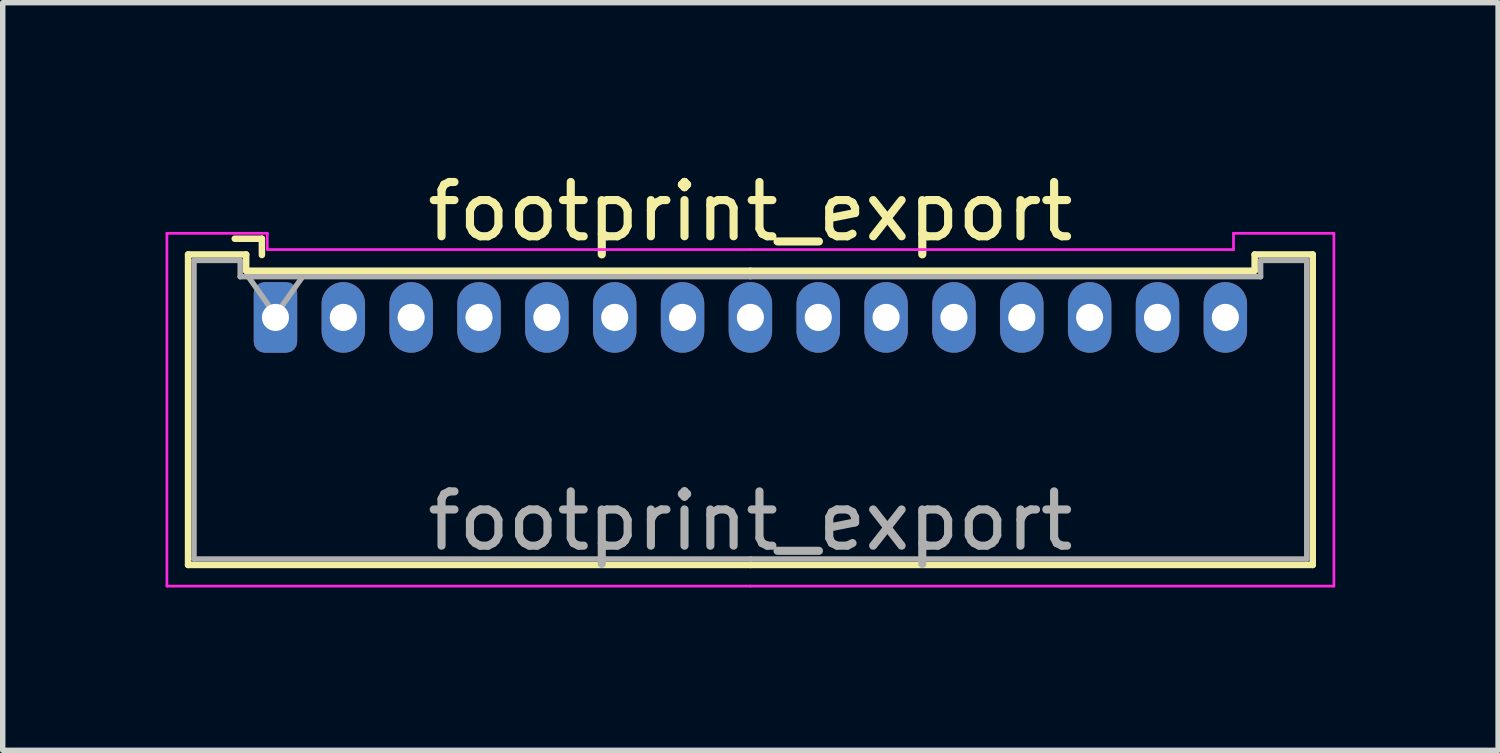
<source format=kicad_pcb>
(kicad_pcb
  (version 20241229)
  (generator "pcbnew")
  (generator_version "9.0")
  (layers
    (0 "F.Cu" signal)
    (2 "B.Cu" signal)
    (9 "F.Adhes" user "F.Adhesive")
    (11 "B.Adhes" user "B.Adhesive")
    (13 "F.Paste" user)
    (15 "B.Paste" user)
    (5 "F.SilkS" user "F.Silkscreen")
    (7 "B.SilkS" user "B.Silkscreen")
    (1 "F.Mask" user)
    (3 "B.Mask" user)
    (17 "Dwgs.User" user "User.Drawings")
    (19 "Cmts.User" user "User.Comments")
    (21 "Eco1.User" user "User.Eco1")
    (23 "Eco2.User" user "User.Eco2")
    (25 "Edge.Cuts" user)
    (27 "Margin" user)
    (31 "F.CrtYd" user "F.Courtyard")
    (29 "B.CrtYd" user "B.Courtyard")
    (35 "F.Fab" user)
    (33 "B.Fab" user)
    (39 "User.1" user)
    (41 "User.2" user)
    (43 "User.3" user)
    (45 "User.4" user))
  (footprint "footprint_export"
    (layer "F.Cu")
    (at 2.025 2.798)
    (property "Reference" "footprint_export" (at 8.75 -1.95 0) (layer "F.SilkS") (effects (font (size 1 1) (thickness 0.15))))
    (attr through_hole)
    (fp_line (start -1.61 -1.16) (end -1.61 4.56) (stroke (width 0.12) (type solid)) (layer "F.SilkS"))
    (fp_line (start -1.61 4.56) (end 8.75 4.56) (stroke (width 0.12) (type solid)) (layer "F.SilkS"))
    (fp_line (start -0.54 -1.16) (end -1.61 -1.16) (stroke (width 0.12) (type solid)) (layer "F.SilkS"))
    (fp_line (start -0.54 -0.86) (end -0.54 -1.16) (stroke (width 0.12) (type solid)) (layer "F.SilkS"))
    (fp_line (start -0.25 -1.45) (end -0.75 -1.45) (stroke (width 0.12) (type solid)) (layer "F.SilkS"))
    (fp_line (start -0.25 -1.15) (end -0.25 -1.45) (stroke (width 0.12) (type solid)) (layer "F.SilkS"))
    (fp_line (start 8.75 -0.86) (end -0.54 -0.86) (stroke (width 0.12) (type solid)) (layer "F.SilkS"))
    (fp_line (start 8.75 -0.86) (end 18.04 -0.86) (stroke (width 0.12) (type solid)) (layer "F.SilkS"))
    (fp_line (start 18.04 -1.16) (end 19.11 -1.16) (stroke (width 0.12) (type solid)) (layer "F.SilkS"))
    (fp_line (start 18.04 -0.86) (end 18.04 -1.16) (stroke (width 0.12) (type solid)) (layer "F.SilkS"))
    (fp_line (start 19.11 -1.16) (end 19.11 4.56) (stroke (width 0.12) (type solid)) (layer "F.SilkS"))
    (fp_line (start 19.11 4.56) (end 8.75 4.56) (stroke (width 0.12) (type solid)) (layer "F.SilkS"))
    (fp_line (start -2 -1.55) (end -2 4.95) (stroke (width 0.05) (type solid)) (layer "F.CrtYd"))
    (fp_line (start -2 4.95) (end 8.75 4.95) (stroke (width 0.05) (type solid)) (layer "F.CrtYd"))
    (fp_line (start -0.15 -1.55) (end -2 -1.55) (stroke (width 0.05) (type solid)) (layer "F.CrtYd"))
    (fp_line (start -0.15 -1.25) (end -0.15 -1.55) (stroke (width 0.05) (type solid)) (layer "F.CrtYd"))
    (fp_line (start 8.75 -1.25) (end -0.15 -1.25) (stroke (width 0.05) (type solid)) (layer "F.CrtYd"))
    (fp_line (start 8.75 -1.25) (end 17.65 -1.25) (stroke (width 0.05) (type solid)) (layer "F.CrtYd"))
    (fp_line (start 17.65 -1.55) (end 19.5 -1.55) (stroke (width 0.05) (type solid)) (layer "F.CrtYd"))
    (fp_line (start 17.65 -1.25) (end 17.65 -1.55) (stroke (width 0.05) (type solid)) (layer "F.CrtYd"))
    (fp_line (start 19.5 -1.55) (end 19.5 4.95) (stroke (width 0.05) (type solid)) (layer "F.CrtYd"))
    (fp_line (start 19.5 4.95) (end 8.75 4.95) (stroke (width 0.05) (type solid)) (layer "F.CrtYd"))
    (fp_line (start -1.5 -1.05) (end -1.5 4.45) (stroke (width 0.1) (type solid)) (layer "F.Fab"))
    (fp_line (start -1.5 4.45) (end 8.75 4.45) (stroke (width 0.1) (type solid)) (layer "F.Fab"))
    (fp_line (start -0.65 -1.05) (end -1.5 -1.05) (stroke (width 0.1) (type solid)) (layer "F.Fab"))
    (fp_line (start -0.65 -0.75) (end -0.65 -1.05) (stroke (width 0.1) (type solid)) (layer "F.Fab"))
    (fp_line (start -0.5 -0.75) (end 0 -0.043) (stroke (width 0.1) (type solid)) (layer "F.Fab"))
    (fp_line (start 0 -0.043) (end 0.5 -0.75) (stroke (width 0.1) (type solid)) (layer "F.Fab"))
    (fp_line (start 8.75 -0.75) (end -0.65 -0.75) (stroke (width 0.1) (type solid)) (layer "F.Fab"))
    (fp_line (start 8.75 -0.75) (end 18.15 -0.75) (stroke (width 0.1) (type solid)) (layer "F.Fab"))
    (fp_line (start 18.15 -1.05) (end 19 -1.05) (stroke (width 0.1) (type solid)) (layer "F.Fab"))
    (fp_line (start 18.15 -0.75) (end 18.15 -1.05) (stroke (width 0.1) (type solid)) (layer "F.Fab"))
    (fp_line (start 19 -1.05) (end 19 4.45) (stroke (width 0.1) (type solid)) (layer "F.Fab"))
    (fp_line (start 19 4.45) (end 8.75 4.45) (stroke (width 0.1) (type solid)) (layer "F.Fab"))
    (fp_text user "${REFERENCE}" (at 8.75 3.75 0) (layer "F.Fab") (effects (font (size 1 1) (thickness 0.15))))
    (pad "1" thru_hole roundrect (at 0 0) (size 0.8 1.3) (drill 0.5) (layers "*.Cu" "*.Mask") (roundrect_rratio 0.25))
    (pad "2" thru_hole oval (at 1.25 0) (size 0.8 1.3) (drill 0.5) (layers "*.Cu" "*.Mask"))
    (pad "3" thru_hole oval (at 2.5 0) (size 0.8 1.3) (drill 0.5) (layers "*.Cu" "*.Mask"))
    (pad "4" thru_hole oval (at 3.75 0) (size 0.8 1.3) (drill 0.5) (layers "*.Cu" "*.Mask"))
    (pad "5" thru_hole oval (at 5 0) (size 0.8 1.3) (drill 0.5) (layers "*.Cu" "*.Mask"))
    (pad "6" thru_hole oval (at 6.25 0) (size 0.8 1.3) (drill 0.5) (layers "*.Cu" "*.Mask"))
    (pad "7" thru_hole oval (at 7.5 0) (size 0.8 1.3) (drill 0.5) (layers "*.Cu" "*.Mask"))
    (pad "8" thru_hole oval (at 8.75 0) (size 0.8 1.3) (drill 0.5) (layers "*.Cu" "*.Mask"))
    (pad "9" thru_hole oval (at 10 0) (size 0.8 1.3) (drill 0.5) (layers "*.Cu" "*.Mask"))
    (pad "10" thru_hole oval (at 11.25 0) (size 0.8 1.3) (drill 0.5) (layers "*.Cu" "*.Mask"))
    (pad "11" thru_hole oval (at 12.5 0) (size 0.8 1.3) (drill 0.5) (layers "*.Cu" "*.Mask"))
    (pad "12" thru_hole oval (at 13.75 0) (size 0.8 1.3) (drill 0.5) (layers "*.Cu" "*.Mask"))
    (pad "13" thru_hole oval (at 15 0) (size 0.8 1.3) (drill 0.5) (layers "*.Cu" "*.Mask"))
    (pad "14" thru_hole oval (at 16.25 0) (size 0.8 1.3) (drill 0.5) (layers "*.Cu" "*.Mask"))
    (pad "15" thru_hole oval (at 17.5 0) (size 0.8 1.3) (drill 0.5) (layers "*.Cu" "*.Mask")))
  (gr_rect
    (start -3 -3)
    (end 24.55 10.773)
    (stroke (width 0.1) (type default))
    (fill no)
    (layer "Edge.Cuts")))
</source>
